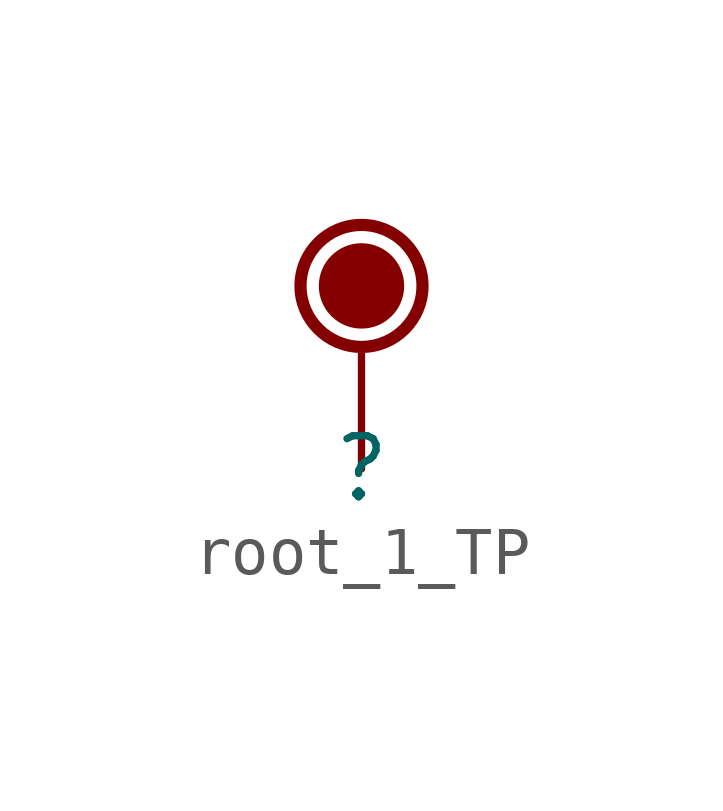
<source format=kicad_sym>
(kicad_symbol_lib
  (version 20231120)
  (generator "kicad_symbol_editor")
  (generator_version "8.0")
  (symbol "root_1_TP"
    (property "Reference" ""
      (at 0 0 0)
      (effects (font (size 1.27 1.27))))
    (property "Value" ""
      (at 0 0 0)
      (effects (font (size 1.27 1.27))))
    (symbol "root_1_TP_1_0"
      (circle (center 0 3.81) (radius 0.762) (stroke (width 0.254) (type solid)) (fill (type outline)))
      (circle (center 0 3.81) (radius 1.27) (stroke (width 0.254) (type solid)) (fill (type none)))
      (pin passive line (at 0 0 90) (length 2.54) (name "1" (effects (font (size 0 0)))) (number "1" (effects (font (size 0 0))))))))
</source>
